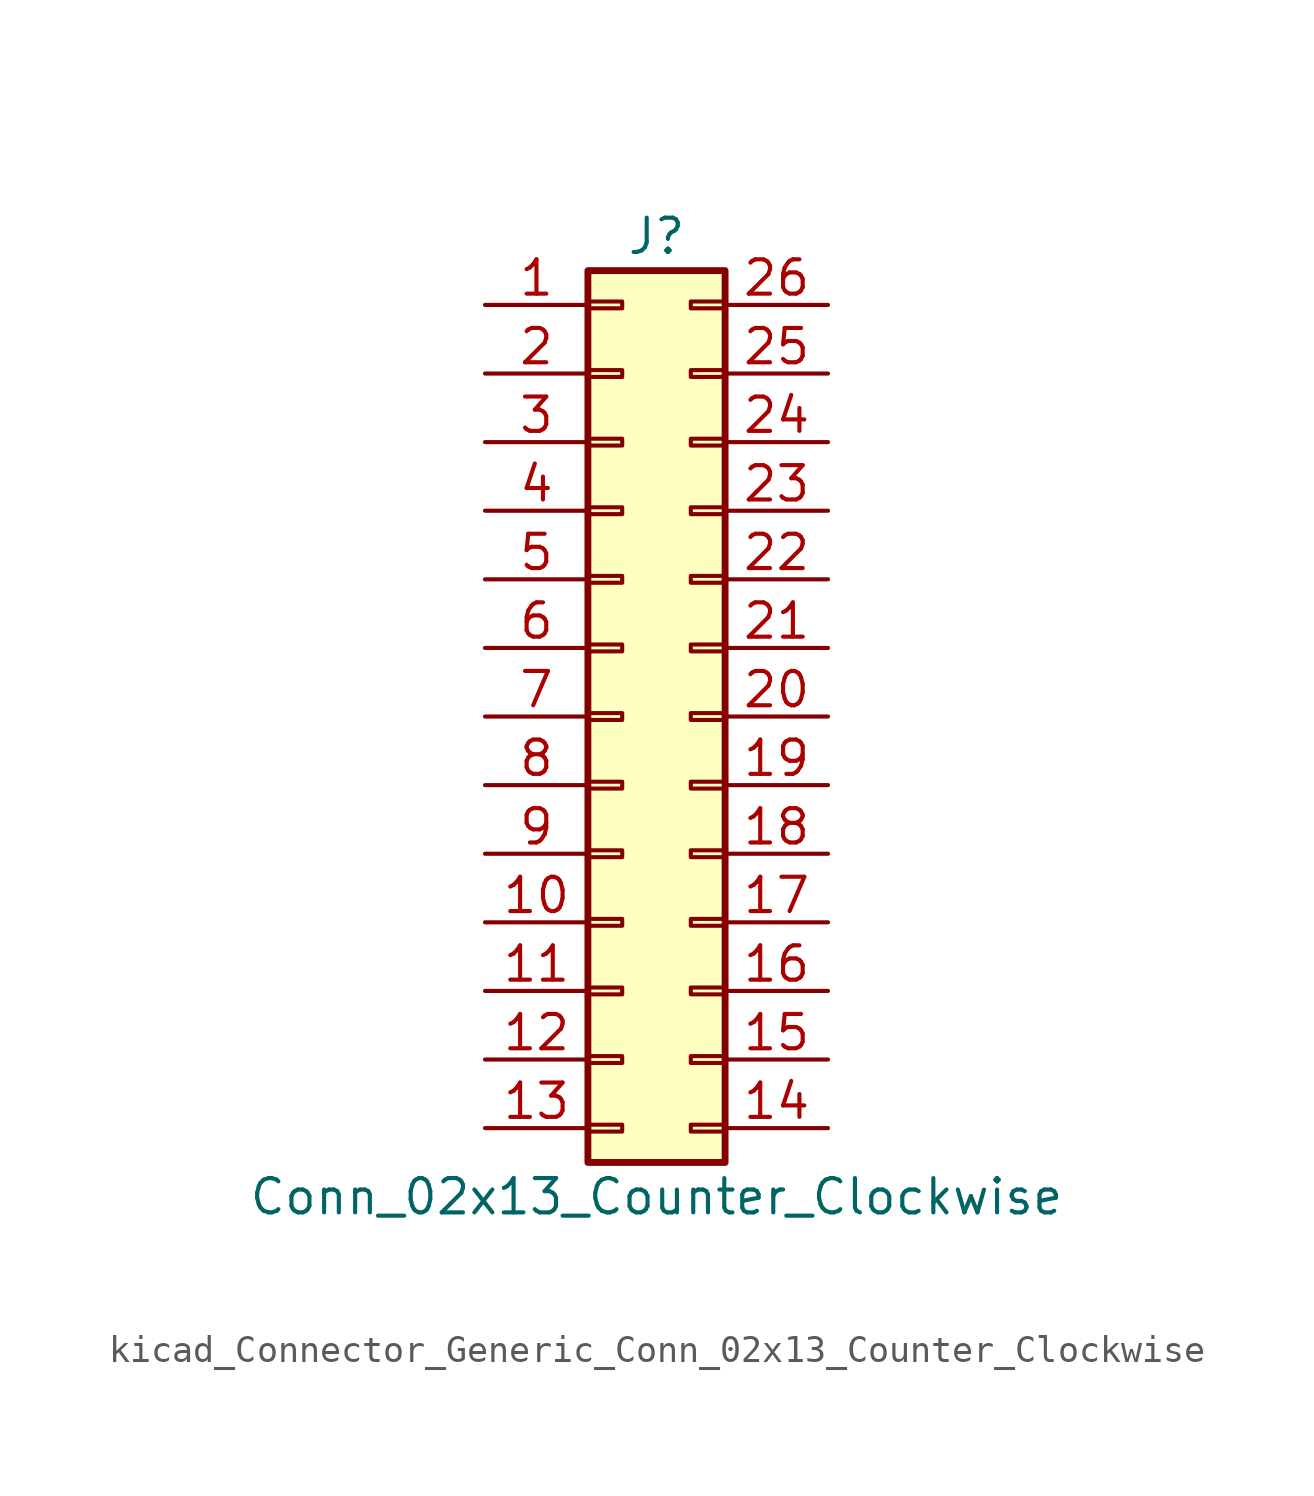
<source format=kicad_sym>
(kicad_symbol_lib
  (version 20220914)
  (generator kicad_symbol_editor)
  (symbol "kicad_Connector_Generic_Conn_02x13_Counter_Clockwise"
    (pin_names
      (offset 1.016) hide)
    (property "Reference" "J"
      (at 1.27 17.78 0)
      (effects (font (size 1.27 1.27))))
    (property "Value" "Conn_02x13_Counter_Clockwise"
      (at 1.27 -17.78 0)
      (effects (font (size 1.27 1.27))))
    (symbol "kicad_Connector_Generic_Conn_02x13_Counter_Clockwise_1_1"
      (rectangle (start -1.27 -15.113) (end 0 -15.367) (stroke (width 0.152) (type default)) (fill (type none)))
      (rectangle (start -1.27 -12.573) (end 0 -12.827) (stroke (width 0.152) (type default)) (fill (type none)))
      (rectangle (start -1.27 -10.033) (end 0 -10.287) (stroke (width 0.152) (type default)) (fill (type none)))
      (rectangle (start -1.27 -7.493) (end 0 -7.747) (stroke (width 0.152) (type default)) (fill (type none)))
      (rectangle (start -1.27 -4.953) (end 0 -5.207) (stroke (width 0.152) (type default)) (fill (type none)))
      (rectangle (start -1.27 -2.413) (end 0 -2.667) (stroke (width 0.152) (type default)) (fill (type none)))
      (rectangle (start -1.27 0.127) (end 0 -0.127) (stroke (width 0.152) (type default)) (fill (type none)))
      (rectangle (start -1.27 2.667) (end 0 2.413) (stroke (width 0.152) (type default)) (fill (type none)))
      (rectangle (start -1.27 5.207) (end 0 4.953) (stroke (width 0.152) (type default)) (fill (type none)))
      (rectangle (start -1.27 7.747) (end 0 7.493) (stroke (width 0.152) (type default)) (fill (type none)))
      (rectangle (start -1.27 10.287) (end 0 10.033) (stroke (width 0.152) (type default)) (fill (type none)))
      (rectangle (start -1.27 12.827) (end 0 12.573) (stroke (width 0.152) (type default)) (fill (type none)))
      (rectangle (start -1.27 15.367) (end 0 15.113) (stroke (width 0.152) (type default)) (fill (type none)))
      (rectangle (start -1.27 16.51) (end 3.81 -16.51) (stroke (width 0.254) (type default)) (fill (type background)))
      (rectangle (start 3.81 -15.113) (end 2.54 -15.367) (stroke (width 0.152) (type default)) (fill (type none)))
      (rectangle (start 3.81 -12.573) (end 2.54 -12.827) (stroke (width 0.152) (type default)) (fill (type none)))
      (rectangle (start 3.81 -10.033) (end 2.54 -10.287) (stroke (width 0.152) (type default)) (fill (type none)))
      (rectangle (start 3.81 -7.493) (end 2.54 -7.747) (stroke (width 0.152) (type default)) (fill (type none)))
      (rectangle (start 3.81 -4.953) (end 2.54 -5.207) (stroke (width 0.152) (type default)) (fill (type none)))
      (rectangle (start 3.81 -2.413) (end 2.54 -2.667) (stroke (width 0.152) (type default)) (fill (type none)))
      (rectangle (start 3.81 0.127) (end 2.54 -0.127) (stroke (width 0.152) (type default)) (fill (type none)))
      (rectangle (start 3.81 2.667) (end 2.54 2.413) (stroke (width 0.152) (type default)) (fill (type none)))
      (rectangle (start 3.81 5.207) (end 2.54 4.953) (stroke (width 0.152) (type default)) (fill (type none)))
      (rectangle (start 3.81 7.747) (end 2.54 7.493) (stroke (width 0.152) (type default)) (fill (type none)))
      (rectangle (start 3.81 10.287) (end 2.54 10.033) (stroke (width 0.152) (type default)) (fill (type none)))
      (rectangle (start 3.81 12.827) (end 2.54 12.573) (stroke (width 0.152) (type default)) (fill (type none)))
      (rectangle (start 3.81 15.367) (end 2.54 15.113) (stroke (width 0.152) (type default)) (fill (type none)))
      (pin passive line (at -5.08 15.24 0) (length 3.81) (name "Pin_1" (effects (font (size 1.27 1.27)))) (number "1" (effects (font (size 1.27 1.27)))))
      (pin passive line (at -5.08 -7.62 0) (length 3.81) (name "Pin_10" (effects (font (size 1.27 1.27)))) (number "10" (effects (font (size 1.27 1.27)))))
      (pin passive line (at -5.08 -10.16 0) (length 3.81) (name "Pin_11" (effects (font (size 1.27 1.27)))) (number "11" (effects (font (size 1.27 1.27)))))
      (pin passive line (at -5.08 -12.7 0) (length 3.81) (name "Pin_12" (effects (font (size 1.27 1.27)))) (number "12" (effects (font (size 1.27 1.27)))))
      (pin passive line (at -5.08 -15.24 0) (length 3.81) (name "Pin_13" (effects (font (size 1.27 1.27)))) (number "13" (effects (font (size 1.27 1.27)))))
      (pin passive line (at 7.62 -15.24 180) (length 3.81) (name "Pin_14" (effects (font (size 1.27 1.27)))) (number "14" (effects (font (size 1.27 1.27)))))
      (pin passive line (at 7.62 -12.7 180) (length 3.81) (name "Pin_15" (effects (font (size 1.27 1.27)))) (number "15" (effects (font (size 1.27 1.27)))))
      (pin passive line (at 7.62 -10.16 180) (length 3.81) (name "Pin_16" (effects (font (size 1.27 1.27)))) (number "16" (effects (font (size 1.27 1.27)))))
      (pin passive line (at 7.62 -7.62 180) (length 3.81) (name "Pin_17" (effects (font (size 1.27 1.27)))) (number "17" (effects (font (size 1.27 1.27)))))
      (pin passive line (at 7.62 -5.08 180) (length 3.81) (name "Pin_18" (effects (font (size 1.27 1.27)))) (number "18" (effects (font (size 1.27 1.27)))))
      (pin passive line (at 7.62 -2.54 180) (length 3.81) (name "Pin_19" (effects (font (size 1.27 1.27)))) (number "19" (effects (font (size 1.27 1.27)))))
      (pin passive line (at -5.08 12.7 0) (length 3.81) (name "Pin_2" (effects (font (size 1.27 1.27)))) (number "2" (effects (font (size 1.27 1.27)))))
      (pin passive line (at 7.62 0 180) (length 3.81) (name "Pin_20" (effects (font (size 1.27 1.27)))) (number "20" (effects (font (size 1.27 1.27)))))
      (pin passive line (at 7.62 2.54 180) (length 3.81) (name "Pin_21" (effects (font (size 1.27 1.27)))) (number "21" (effects (font (size 1.27 1.27)))))
      (pin passive line (at 7.62 5.08 180) (length 3.81) (name "Pin_22" (effects (font (size 1.27 1.27)))) (number "22" (effects (font (size 1.27 1.27)))))
      (pin passive line (at 7.62 7.62 180) (length 3.81) (name "Pin_23" (effects (font (size 1.27 1.27)))) (number "23" (effects (font (size 1.27 1.27)))))
      (pin passive line (at 7.62 10.16 180) (length 3.81) (name "Pin_24" (effects (font (size 1.27 1.27)))) (number "24" (effects (font (size 1.27 1.27)))))
      (pin passive line (at 7.62 12.7 180) (length 3.81) (name "Pin_25" (effects (font (size 1.27 1.27)))) (number "25" (effects (font (size 1.27 1.27)))))
      (pin passive line (at 7.62 15.24 180) (length 3.81) (name "Pin_26" (effects (font (size 1.27 1.27)))) (number "26" (effects (font (size 1.27 1.27)))))
      (pin passive line (at -5.08 10.16 0) (length 3.81) (name "Pin_3" (effects (font (size 1.27 1.27)))) (number "3" (effects (font (size 1.27 1.27)))))
      (pin passive line (at -5.08 7.62 0) (length 3.81) (name "Pin_4" (effects (font (size 1.27 1.27)))) (number "4" (effects (font (size 1.27 1.27)))))
      (pin passive line (at -5.08 5.08 0) (length 3.81) (name "Pin_5" (effects (font (size 1.27 1.27)))) (number "5" (effects (font (size 1.27 1.27)))))
      (pin passive line (at -5.08 2.54 0) (length 3.81) (name "Pin_6" (effects (font (size 1.27 1.27)))) (number "6" (effects (font (size 1.27 1.27)))))
      (pin passive line (at -5.08 0 0) (length 3.81) (name "Pin_7" (effects (font (size 1.27 1.27)))) (number "7" (effects (font (size 1.27 1.27)))))
      (pin passive line (at -5.08 -2.54 0) (length 3.81) (name "Pin_8" (effects (font (size 1.27 1.27)))) (number "8" (effects (font (size 1.27 1.27)))))
      (pin passive line (at -5.08 -5.08 0) (length 3.81) (name "Pin_9" (effects (font (size 1.27 1.27)))) (number "9" (effects (font (size 1.27 1.27))))))))
</source>
